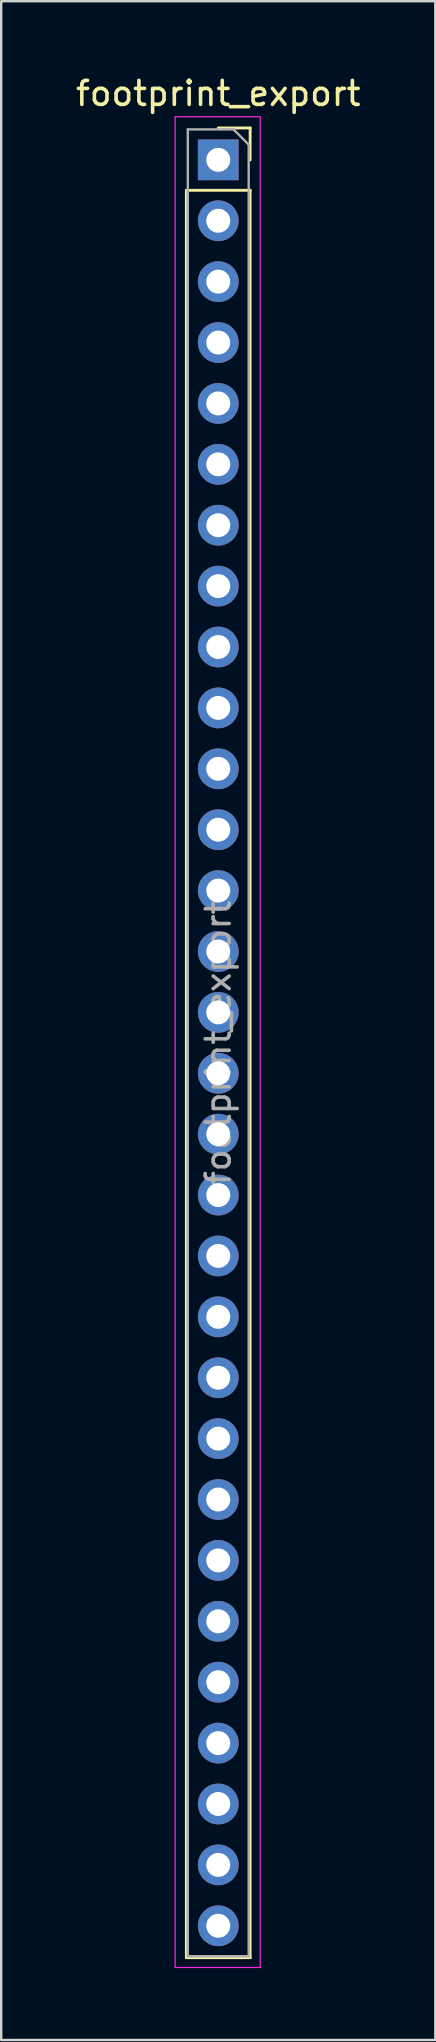
<source format=kicad_pcb>
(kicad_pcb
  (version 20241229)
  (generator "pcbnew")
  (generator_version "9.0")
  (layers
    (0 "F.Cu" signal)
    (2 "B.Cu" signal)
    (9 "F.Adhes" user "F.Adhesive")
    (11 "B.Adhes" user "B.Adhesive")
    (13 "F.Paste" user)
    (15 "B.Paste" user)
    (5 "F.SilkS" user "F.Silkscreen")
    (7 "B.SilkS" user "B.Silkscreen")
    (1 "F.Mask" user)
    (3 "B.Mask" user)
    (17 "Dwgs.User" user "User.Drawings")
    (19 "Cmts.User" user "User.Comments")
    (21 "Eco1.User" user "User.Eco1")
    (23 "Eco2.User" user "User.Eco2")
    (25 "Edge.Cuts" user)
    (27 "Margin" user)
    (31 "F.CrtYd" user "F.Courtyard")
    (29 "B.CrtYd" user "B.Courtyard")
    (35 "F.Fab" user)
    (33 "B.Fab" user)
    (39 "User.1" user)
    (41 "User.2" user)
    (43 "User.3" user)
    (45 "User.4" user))
  (footprint "footprint_export"
    (layer "F.Cu")
    (at 6.054 3.618)
    (property "Reference" "footprint_export" (at 0 -2.77 0) (layer "F.SilkS") (effects (font (size 1 1) (thickness 0.15))))
    (attr through_hole)
    (fp_line (start -1.33 1.27) (end -1.33 74.99) (stroke (width 0.12) (type solid)) (layer "F.SilkS"))
    (fp_line (start -1.33 1.27) (end 1.33 1.27) (stroke (width 0.12) (type solid)) (layer "F.SilkS"))
    (fp_line (start -1.33 74.99) (end 1.33 74.99) (stroke (width 0.12) (type solid)) (layer "F.SilkS"))
    (fp_line (start 0 -1.33) (end 1.33 -1.33) (stroke (width 0.12) (type solid)) (layer "F.SilkS"))
    (fp_line (start 1.33 -1.33) (end 1.33 0) (stroke (width 0.12) (type solid)) (layer "F.SilkS"))
    (fp_line (start 1.33 1.27) (end 1.33 74.99) (stroke (width 0.12) (type solid)) (layer "F.SilkS"))
    (fp_line (start -1.8 -1.8) (end 1.75 -1.8) (stroke (width 0.05) (type solid)) (layer "F.CrtYd"))
    (fp_line (start -1.8 75.4) (end -1.8 -1.8) (stroke (width 0.05) (type solid)) (layer "F.CrtYd"))
    (fp_line (start 1.75 -1.8) (end 1.75 75.4) (stroke (width 0.05) (type solid)) (layer "F.CrtYd"))
    (fp_line (start 1.75 75.4) (end -1.8 75.4) (stroke (width 0.05) (type solid)) (layer "F.CrtYd"))
    (fp_line (start -1.27 -1.27) (end 0.635 -1.27) (stroke (width 0.1) (type solid)) (layer "F.Fab"))
    (fp_line (start -1.27 74.93) (end -1.27 -1.27) (stroke (width 0.1) (type solid)) (layer "F.Fab"))
    (fp_line (start 0.635 -1.27) (end 1.27 -0.635) (stroke (width 0.1) (type solid)) (layer "F.Fab"))
    (fp_line (start 1.27 -0.635) (end 1.27 74.93) (stroke (width 0.1) (type solid)) (layer "F.Fab"))
    (fp_line (start 1.27 74.93) (end -1.27 74.93) (stroke (width 0.1) (type solid)) (layer "F.Fab"))
    (fp_text user "${REFERENCE}" (at 0 36.83 90) (layer "F.Fab") (effects (font (size 1 1) (thickness 0.15))))
    (pad "1" thru_hole rect (at 0 0) (size 1.7 1.7) (drill 1) (layers "*.Cu" "*.Mask"))
    (pad "2" thru_hole oval (at 0 2.54) (size 1.7 1.7) (drill 1) (layers "*.Cu" "*.Mask"))
    (pad "3" thru_hole oval (at 0 5.08) (size 1.7 1.7) (drill 1) (layers "*.Cu" "*.Mask"))
    (pad "4" thru_hole oval (at 0 7.62) (size 1.7 1.7) (drill 1) (layers "*.Cu" "*.Mask"))
    (pad "5" thru_hole oval (at 0 10.16) (size 1.7 1.7) (drill 1) (layers "*.Cu" "*.Mask"))
    (pad "6" thru_hole oval (at 0 12.7) (size 1.7 1.7) (drill 1) (layers "*.Cu" "*.Mask"))
    (pad "7" thru_hole oval (at 0 15.24) (size 1.7 1.7) (drill 1) (layers "*.Cu" "*.Mask"))
    (pad "8" thru_hole oval (at 0 17.78) (size 1.7 1.7) (drill 1) (layers "*.Cu" "*.Mask"))
    (pad "9" thru_hole oval (at 0 20.32) (size 1.7 1.7) (drill 1) (layers "*.Cu" "*.Mask"))
    (pad "10" thru_hole oval (at 0 22.86) (size 1.7 1.7) (drill 1) (layers "*.Cu" "*.Mask"))
    (pad "11" thru_hole oval (at 0 25.4) (size 1.7 1.7) (drill 1) (layers "*.Cu" "*.Mask"))
    (pad "12" thru_hole oval (at 0 27.94) (size 1.7 1.7) (drill 1) (layers "*.Cu" "*.Mask"))
    (pad "13" thru_hole oval (at 0 30.48) (size 1.7 1.7) (drill 1) (layers "*.Cu" "*.Mask"))
    (pad "14" thru_hole oval (at 0 33.02) (size 1.7 1.7) (drill 1) (layers "*.Cu" "*.Mask"))
    (pad "15" thru_hole oval (at 0 35.56) (size 1.7 1.7) (drill 1) (layers "*.Cu" "*.Mask"))
    (pad "16" thru_hole oval (at 0 38.1) (size 1.7 1.7) (drill 1) (layers "*.Cu" "*.Mask"))
    (pad "17" thru_hole oval (at 0 40.64) (size 1.7 1.7) (drill 1) (layers "*.Cu" "*.Mask"))
    (pad "18" thru_hole oval (at 0 43.18) (size 1.7 1.7) (drill 1) (layers "*.Cu" "*.Mask"))
    (pad "19" thru_hole oval (at 0 45.72) (size 1.7 1.7) (drill 1) (layers "*.Cu" "*.Mask"))
    (pad "20" thru_hole oval (at 0 48.26) (size 1.7 1.7) (drill 1) (layers "*.Cu" "*.Mask"))
    (pad "21" thru_hole oval (at 0 50.8) (size 1.7 1.7) (drill 1) (layers "*.Cu" "*.Mask"))
    (pad "22" thru_hole oval (at 0 53.34) (size 1.7 1.7) (drill 1) (layers "*.Cu" "*.Mask"))
    (pad "23" thru_hole oval (at 0 55.88) (size 1.7 1.7) (drill 1) (layers "*.Cu" "*.Mask"))
    (pad "24" thru_hole oval (at 0 58.42) (size 1.7 1.7) (drill 1) (layers "*.Cu" "*.Mask"))
    (pad "25" thru_hole oval (at 0 60.96) (size 1.7 1.7) (drill 1) (layers "*.Cu" "*.Mask"))
    (pad "26" thru_hole oval (at 0 63.5) (size 1.7 1.7) (drill 1) (layers "*.Cu" "*.Mask"))
    (pad "27" thru_hole oval (at 0 66.04) (size 1.7 1.7) (drill 1) (layers "*.Cu" "*.Mask"))
    (pad "28" thru_hole oval (at 0 68.58) (size 1.7 1.7) (drill 1) (layers "*.Cu" "*.Mask"))
    (pad "29" thru_hole oval (at 0 71.12) (size 1.7 1.7) (drill 1) (layers "*.Cu" "*.Mask"))
    (pad "30" thru_hole oval (at 0 73.66) (size 1.7 1.7) (drill 1) (layers "*.Cu" "*.Mask")))
  (gr_rect
    (start -3 -3)
    (end 15.107 82.043)
    (stroke (width 0.1) (type default))
    (fill no)
    (layer "Edge.Cuts")))
</source>
